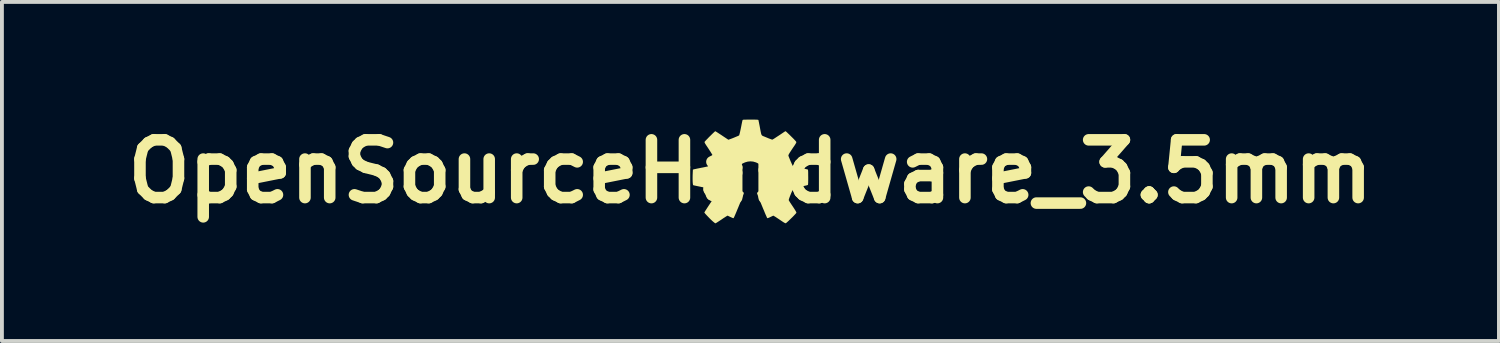
<source format=kicad_pcb>
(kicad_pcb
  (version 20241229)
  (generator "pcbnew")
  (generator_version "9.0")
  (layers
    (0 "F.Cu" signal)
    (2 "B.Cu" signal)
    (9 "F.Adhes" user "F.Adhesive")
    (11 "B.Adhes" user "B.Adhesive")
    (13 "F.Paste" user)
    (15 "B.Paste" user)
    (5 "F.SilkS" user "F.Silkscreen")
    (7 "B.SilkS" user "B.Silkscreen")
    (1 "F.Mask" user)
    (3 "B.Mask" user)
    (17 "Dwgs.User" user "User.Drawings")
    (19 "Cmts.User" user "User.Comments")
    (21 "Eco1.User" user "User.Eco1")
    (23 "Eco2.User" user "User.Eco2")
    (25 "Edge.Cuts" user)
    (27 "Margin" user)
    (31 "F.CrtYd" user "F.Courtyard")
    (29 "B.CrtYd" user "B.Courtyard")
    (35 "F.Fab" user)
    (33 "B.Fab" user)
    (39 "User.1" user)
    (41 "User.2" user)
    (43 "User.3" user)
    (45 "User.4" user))
  (footprint "OpenSourceHardware_3.5mm"
    (layer "F.Cu")
    (at 16.443 1.404)
    (property "Reference" "OpenSourceHardware_3.5mm" (at 0 0 0) (layer "F.SilkS") (effects (font (size 1.5 1.5) (thickness 0.3))))
    (attr board_only exclude_from_pos_files exclude_from_bom)
    (fp_poly (pts (xy 0.061 -1.347) (xy 0.107 -1.347) (xy 0.142 -1.346) (xy 0.167 -1.345) (xy 0.185 -1.344) (xy 0.197 -1.342) (xy 0.204 -1.34) (xy 0.207 -1.337) (xy 0.208 -1.335) (xy 0.21 -1.325) (xy 0.214 -1.304) (xy 0.221 -1.273) (xy 0.228 -1.235) (xy 0.237 -1.191) (xy 0.243 -1.159) (xy 0.254 -1.099) (xy 0.263 -1.051) (xy 0.271 -1.014) (xy 0.277 -0.985) (xy 0.284 -0.964) (xy 0.291 -0.948) (xy 0.3 -0.937) (xy 0.311 -0.928) (xy 0.324 -0.921) (xy 0.342 -0.914) (xy 0.363 -0.906) (xy 0.368 -0.903) (xy 0.423 -0.881) (xy 0.47 -0.861) (xy 0.51 -0.846) (xy 0.541 -0.835) (xy 0.561 -0.828) (xy 0.568 -0.827) (xy 0.573 -0.829) (xy 0.584 -0.834) (xy 0.6 -0.844) (xy 0.623 -0.858) (xy 0.653 -0.878) (xy 0.691 -0.903) (xy 0.739 -0.934) (xy 0.796 -0.972) (xy 0.858 -1.014) (xy 0.88 -1.029) (xy 0.899 -1.04) (xy 0.911 -1.046) (xy 0.913 -1.046) (xy 0.92 -1.041) (xy 0.935 -1.029) (xy 0.956 -1.009) (xy 0.982 -0.984) (xy 1.012 -0.956) (xy 1.043 -0.925) (xy 1.074 -0.894) (xy 1.105 -0.864) (xy 1.132 -0.836) (xy 1.154 -0.812) (xy 1.171 -0.794) (xy 1.179 -0.785) (xy 1.185 -0.776) (xy 1.19 -0.769) (xy 1.192 -0.762) (xy 1.191 -0.753) (xy 1.186 -0.741) (xy 1.177 -0.724) (xy 1.163 -0.701) (xy 1.143 -0.67) (xy 1.116 -0.631) (xy 1.101 -0.609) (xy 1.067 -0.558) (xy 1.041 -0.518) (xy 1.02 -0.486) (xy 1.006 -0.462) (xy 0.996 -0.443) (xy 0.989 -0.43) (xy 0.987 -0.419) (xy 0.987 -0.411) (xy 0.987 -0.407) (xy 0.992 -0.393) (xy 1.001 -0.37) (xy 1.013 -0.34) (xy 1.027 -0.306) (xy 1.042 -0.27) (xy 1.058 -0.234) (xy 1.073 -0.2) (xy 1.086 -0.172) (xy 1.096 -0.151) (xy 1.102 -0.14) (xy 1.103 -0.139) (xy 1.112 -0.135) (xy 1.132 -0.13) (xy 1.162 -0.122) (xy 1.2 -0.114) (xy 1.244 -0.104) (xy 1.293 -0.094) (xy 1.298 -0.093) (xy 1.347 -0.084) (xy 1.392 -0.074) (xy 1.43 -0.065) (xy 1.461 -0.058) (xy 1.483 -0.052) (xy 1.492 -0.049) (xy 1.493 -0.048) (xy 1.495 -0.041) (xy 1.497 -0.025) (xy 1.499 0.001) (xy 1.5 0.038) (xy 1.5 0.087) (xy 1.501 0.149) (xy 1.501 0.151) (xy 1.501 0.208) (xy 1.5 0.253) (xy 1.5 0.288) (xy 1.498 0.313) (xy 1.497 0.331) (xy 1.495 0.343) (xy 1.492 0.349) (xy 1.49 0.351) (xy 1.482 0.354) (xy 1.463 0.36) (xy 1.434 0.367) (xy 1.399 0.375) (xy 1.359 0.384) (xy 1.316 0.393) (xy 1.272 0.403) (xy 1.231 0.411) (xy 1.193 0.419) (xy 1.162 0.425) (xy 1.138 0.429) (xy 1.125 0.431) (xy 1.124 0.431) (xy 1.119 0.437) (xy 1.109 0.454) (xy 1.096 0.479) (xy 1.082 0.511) (xy 1.066 0.547) (xy 1.05 0.586) (xy 1.034 0.625) (xy 1.02 0.661) (xy 1.008 0.694) (xy 1 0.72) (xy 0.995 0.738) (xy 0.995 0.745) (xy 1 0.755) (xy 1.011 0.774) (xy 1.027 0.8) (xy 1.047 0.83) (xy 1.064 0.856) (xy 1.101 0.911) (xy 1.13 0.955) (xy 1.153 0.991) (xy 1.17 1.019) (xy 1.182 1.04) (xy 1.19 1.055) (xy 1.193 1.065) (xy 1.193 1.073) (xy 1.193 1.074) (xy 1.187 1.083) (xy 1.172 1.101) (xy 1.15 1.124) (xy 1.124 1.152) (xy 1.094 1.183) (xy 1.062 1.214) (xy 1.029 1.246) (xy 0.998 1.276) (xy 0.97 1.302) (xy 0.946 1.323) (xy 0.929 1.338) (xy 0.919 1.344) (xy 0.919 1.344) (xy 0.911 1.345) (xy 0.901 1.342) (xy 0.887 1.335) (xy 0.867 1.324) (xy 0.839 1.306) (xy 0.803 1.282) (xy 0.781 1.267) (xy 0.742 1.241) (xy 0.706 1.217) (xy 0.673 1.195) (xy 0.647 1.178) (xy 0.629 1.167) (xy 0.627 1.166) (xy 0.594 1.147) (xy 0.519 1.183) (xy 0.483 1.2) (xy 0.456 1.21) (xy 0.441 1.213) (xy 0.437 1.213) (xy 0.432 1.204) (xy 0.423 1.184) (xy 0.41 1.154) (xy 0.393 1.117) (xy 0.374 1.072) (xy 0.354 1.022) (xy 0.331 0.969) (xy 0.308 0.913) (xy 0.285 0.857) (xy 0.263 0.802) (xy 0.241 0.748) (xy 0.222 0.699) (xy 0.204 0.655) (xy 0.19 0.618) (xy 0.179 0.589) (xy 0.173 0.57) (xy 0.171 0.562) (xy 0.176 0.552) (xy 0.192 0.536) (xy 0.215 0.516) (xy 0.219 0.513) (xy 0.284 0.457) (xy 0.337 0.396) (xy 0.376 0.332) (xy 0.402 0.265) (xy 0.415 0.193) (xy 0.417 0.155) (xy 0.411 0.082) (xy 0.392 0.013) (xy 0.361 -0.052) (xy 0.321 -0.11) (xy 0.271 -0.161) (xy 0.213 -0.202) (xy 0.148 -0.234) (xy 0.078 -0.255) (xy 0.068 -0.257) (xy -0.001 -0.263) (xy -0.071 -0.256) (xy -0.138 -0.237) (xy -0.202 -0.208) (xy -0.26 -0.169) (xy -0.311 -0.122) (xy -0.354 -0.067) (xy -0.386 -0.005) (xy -0.389 0.003) (xy -0.404 0.058) (xy -0.412 0.12) (xy -0.412 0.184) (xy -0.405 0.246) (xy -0.393 0.295) (xy -0.371 0.343) (xy -0.339 0.392) (xy -0.298 0.441) (xy -0.251 0.487) (xy -0.217 0.514) (xy -0.194 0.531) (xy -0.18 0.544) (xy -0.174 0.553) (xy -0.172 0.563) (xy -0.173 0.572) (xy -0.177 0.584) (xy -0.185 0.606) (xy -0.197 0.638) (xy -0.212 0.678) (xy -0.231 0.724) (xy -0.251 0.774) (xy -0.273 0.828) (xy -0.296 0.884) (xy -0.319 0.94) (xy -0.342 0.994) (xy -0.363 1.046) (xy -0.383 1.093) (xy -0.401 1.135) (xy -0.416 1.169) (xy -0.428 1.195) (xy -0.436 1.21) (xy -0.438 1.213) (xy -0.446 1.213) (xy -0.465 1.207) (xy -0.492 1.195) (xy -0.519 1.183) (xy -0.594 1.147) (xy -0.627 1.166) (xy -0.643 1.176) (xy -0.667 1.192) (xy -0.699 1.212) (xy -0.734 1.236) (xy -0.772 1.262) (xy -0.779 1.266) (xy -0.815 1.29) (xy -0.848 1.311) (xy -0.876 1.329) (xy -0.897 1.341) (xy -0.909 1.347) (xy -0.91 1.347) (xy -0.92 1.342) (xy -0.937 1.33) (xy -0.959 1.312) (xy -0.986 1.289) (xy -0.998 1.278) (xy -1.028 1.25) (xy -1.06 1.218) (xy -1.091 1.186) (xy -1.121 1.155) (xy -1.148 1.126) (xy -1.171 1.101) (xy -1.187 1.081) (xy -1.196 1.068) (xy -1.197 1.065) (xy -1.193 1.058) (xy -1.183 1.041) (xy -1.167 1.015) (xy -1.146 0.983) (xy -1.122 0.945) (xy -1.095 0.904) (xy -1.093 0.901) (xy -0.989 0.744) (xy -1.002 0.709) (xy -1.018 0.665) (xy -1.035 0.62) (xy -1.053 0.576) (xy -1.07 0.535) (xy -1.087 0.498) (xy -1.101 0.468) (xy -1.112 0.446) (xy -1.12 0.435) (xy -1.121 0.435) (xy -1.129 0.432) (xy -1.149 0.428) (xy -1.178 0.421) (xy -1.216 0.413) (xy -1.259 0.405) (xy -1.304 0.396) (xy -1.351 0.386) (xy -1.395 0.377) (xy -1.432 0.369) (xy -1.461 0.363) (xy -1.48 0.358) (xy -1.488 0.355) (xy -1.492 0.345) (xy -1.496 0.322) (xy -1.499 0.29) (xy -1.501 0.249) (xy -1.502 0.202) (xy -1.502 0.151) (xy -1.501 0.096) (xy -1.5 0.075) (xy -1.495 -0.048) (xy -1.474 -0.054) (xy -1.461 -0.058) (xy -1.436 -0.063) (xy -1.404 -0.07) (xy -1.366 -0.078) (xy -1.33 -0.085) (xy -1.286 -0.094) (xy -1.243 -0.102) (xy -1.205 -0.11) (xy -1.173 -0.117) (xy -1.157 -0.12) (xy -1.107 -0.131) (xy -1.08 -0.185) (xy -1.067 -0.212) (xy -1.052 -0.245) (xy -1.037 -0.281) (xy -1.022 -0.318) (xy -1.008 -0.352) (xy -0.996 -0.383) (xy -0.988 -0.406) (xy -0.985 -0.42) (xy -0.985 -0.422) (xy -0.988 -0.43) (xy -0.999 -0.449) (xy -1.015 -0.475) (xy -1.035 -0.508) (xy -1.06 -0.546) (xy -1.087 -0.588) (xy -1.091 -0.594) (xy -1.122 -0.641) (xy -1.147 -0.678) (xy -1.165 -0.706) (xy -1.178 -0.727) (xy -1.186 -0.743) (xy -1.19 -0.754) (xy -1.192 -0.761) (xy -1.191 -0.767) (xy -1.189 -0.772) (xy -1.181 -0.781) (xy -1.166 -0.798) (xy -1.145 -0.821) (xy -1.118 -0.848) (xy -1.089 -0.879) (xy -1.057 -0.911) (xy -1.025 -0.942) (xy -0.995 -0.972) (xy -0.967 -0.999) (xy -0.943 -1.021) (xy -0.926 -1.037) (xy -0.915 -1.045) (xy -0.914 -1.046) (xy -0.906 -1.042) (xy -0.889 -1.032) (xy -0.863 -1.016) (xy -0.831 -0.995) (xy -0.793 -0.97) (xy -0.751 -0.943) (xy -0.74 -0.935) (xy -0.573 -0.824) (xy -0.517 -0.844) (xy -0.492 -0.853) (xy -0.461 -0.865) (xy -0.426 -0.879) (xy -0.391 -0.894) (xy -0.357 -0.908) (xy -0.328 -0.92) (xy -0.307 -0.93) (xy -0.296 -0.935) (xy -0.291 -0.945) (xy -0.284 -0.967) (xy -0.275 -1.003) (xy -0.264 -1.052) (xy -0.251 -1.113) (xy -0.236 -1.187) (xy -0.232 -1.21) (xy -0.224 -1.249) (xy -0.217 -1.283) (xy -0.211 -1.31) (xy -0.206 -1.329) (xy -0.204 -1.335) (xy -0.201 -1.338) (xy -0.196 -1.341) (xy -0.187 -1.343) (xy -0.173 -1.345) (xy -0.151 -1.346) (xy -0.122 -1.346) (xy -0.082 -1.347) (xy -0.031 -1.347) (xy 0.003 -1.347)) (stroke (width 0) (type solid)) (fill yes) (layer "F.SilkS")))
  (gr_rect
    (start -3 -3)
    (end 35.886 5.808)
    (stroke (width 0.1) (type default))
    (fill no)
    (layer "Edge.Cuts")))
</source>
